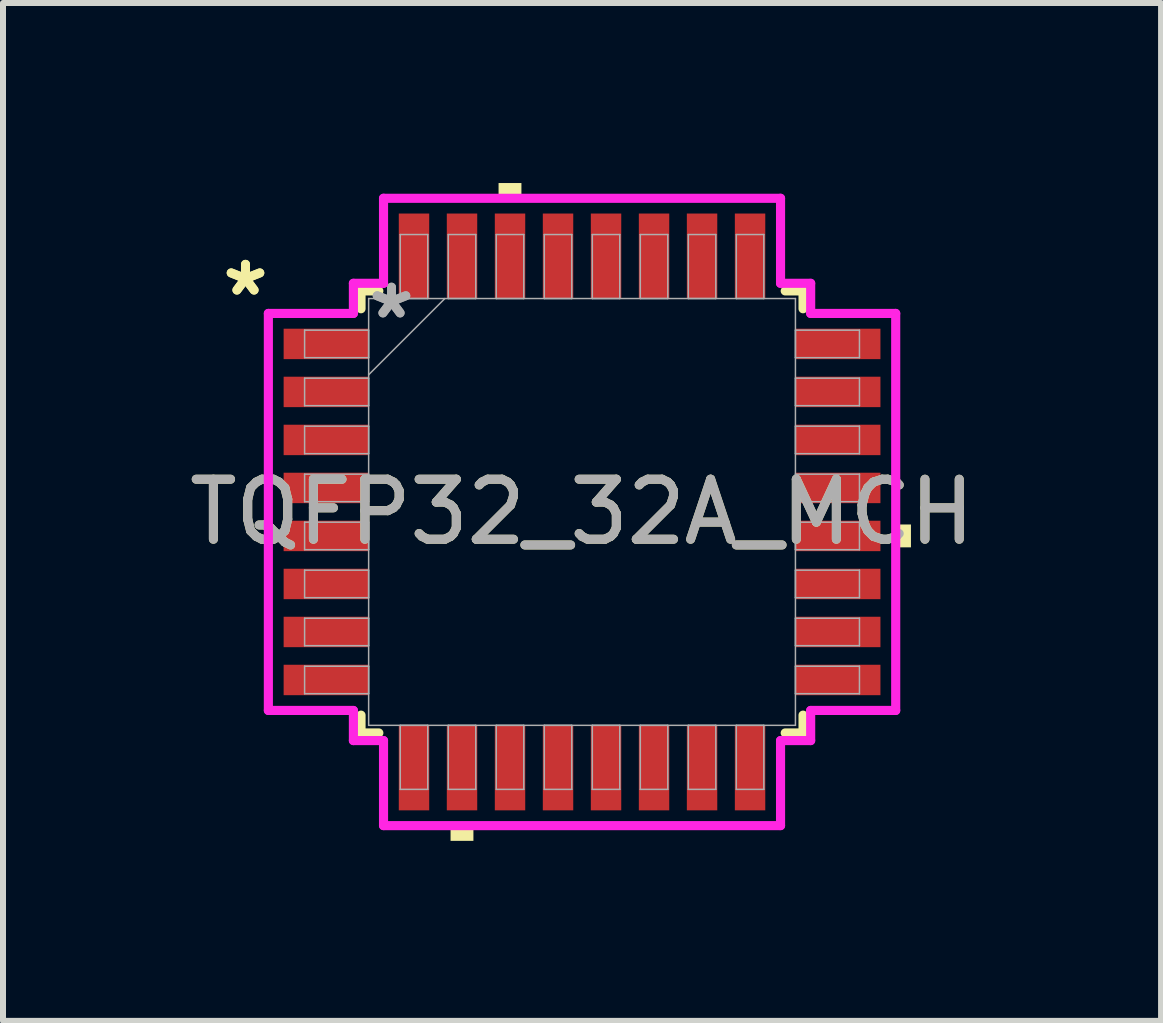
<source format=kicad_pcb>
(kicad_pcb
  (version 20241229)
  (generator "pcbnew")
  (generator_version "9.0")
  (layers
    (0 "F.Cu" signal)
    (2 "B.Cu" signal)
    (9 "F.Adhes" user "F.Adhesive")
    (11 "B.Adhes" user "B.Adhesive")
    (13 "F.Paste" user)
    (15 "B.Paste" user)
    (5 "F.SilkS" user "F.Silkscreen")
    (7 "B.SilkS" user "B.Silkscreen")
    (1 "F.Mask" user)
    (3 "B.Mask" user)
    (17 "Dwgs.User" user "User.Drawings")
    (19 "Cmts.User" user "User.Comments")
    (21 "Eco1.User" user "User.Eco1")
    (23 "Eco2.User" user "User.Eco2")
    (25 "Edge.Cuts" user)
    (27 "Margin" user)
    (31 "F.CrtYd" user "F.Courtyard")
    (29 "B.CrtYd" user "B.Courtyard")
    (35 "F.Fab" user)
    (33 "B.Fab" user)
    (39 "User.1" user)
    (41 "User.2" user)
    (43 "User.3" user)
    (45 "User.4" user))
  (footprint "TQFP32_32A_MCH"
    (layer "F.Cu")
    (at 6.649 5.481)
    (property "Reference" "TQFP32_32A_MCH" (at 0 0 0) (unlocked yes) (layer "F.SilkS") (effects (font (size 1 1) (thickness 0.15))))
    (attr smd)
    (fp_line (start -3.683 -3.683) (end -3.683 -3.386) (stroke (width 0.152) (type solid)) (layer "F.SilkS"))
    (fp_line (start -3.683 3.386) (end -3.683 3.683) (stroke (width 0.152) (type solid)) (layer "F.SilkS"))
    (fp_line (start -3.683 3.683) (end -3.386 3.683) (stroke (width 0.152) (type solid)) (layer "F.SilkS"))
    (fp_line (start -3.386 -3.683) (end -3.683 -3.683) (stroke (width 0.152) (type solid)) (layer "F.SilkS"))
    (fp_line (start 3.386 3.683) (end 3.683 3.683) (stroke (width 0.152) (type solid)) (layer "F.SilkS"))
    (fp_line (start 3.683 -3.683) (end 3.386 -3.683) (stroke (width 0.152) (type solid)) (layer "F.SilkS"))
    (fp_line (start 3.683 -3.386) (end 3.683 -3.683) (stroke (width 0.152) (type solid)) (layer "F.SilkS"))
    (fp_line (start 3.683 3.683) (end 3.683 3.386) (stroke (width 0.152) (type solid)) (layer "F.SilkS"))
    (fp_poly (pts (xy -2.191 5.227) (xy -2.191 5.481) (xy -1.81 5.481) (xy -1.81 5.227)) (stroke (width 0) (type solid)) (fill yes) (layer "F.SilkS"))
    (fp_poly (pts (xy -1.391 -5.227) (xy -1.391 -5.481) (xy -1.01 -5.481) (xy -1.01 -5.227)) (stroke (width 0) (type solid)) (fill yes) (layer "F.SilkS"))
    (fp_poly (pts (xy 5.481 0.209) (xy 5.481 0.59) (xy 5.227 0.59) (xy 5.227 0.209)) (stroke (width 0) (type solid)) (fill yes) (layer "F.SilkS"))
    (fp_line (start -5.227 -3.308) (end -3.81 -3.308) (stroke (width 0.152) (type solid)) (layer "F.CrtYd"))
    (fp_line (start -5.227 3.308) (end -5.227 -3.308) (stroke (width 0.152) (type solid)) (layer "F.CrtYd"))
    (fp_line (start -3.81 -3.81) (end -3.308 -3.81) (stroke (width 0.152) (type solid)) (layer "F.CrtYd"))
    (fp_line (start -3.81 -3.308) (end -3.81 -3.81) (stroke (width 0.152) (type solid)) (layer "F.CrtYd"))
    (fp_line (start -3.81 3.308) (end -5.227 3.308) (stroke (width 0.152) (type solid)) (layer "F.CrtYd"))
    (fp_line (start -3.81 3.81) (end -3.81 3.308) (stroke (width 0.152) (type solid)) (layer "F.CrtYd"))
    (fp_line (start -3.81 3.81) (end -3.308 3.81) (stroke (width 0.152) (type solid)) (layer "F.CrtYd"))
    (fp_line (start -3.308 -5.227) (end 3.308 -5.227) (stroke (width 0.152) (type solid)) (layer "F.CrtYd"))
    (fp_line (start -3.308 -3.81) (end -3.308 -5.227) (stroke (width 0.152) (type solid)) (layer "F.CrtYd"))
    (fp_line (start -3.308 3.81) (end -3.308 5.227) (stroke (width 0.152) (type solid)) (layer "F.CrtYd"))
    (fp_line (start -3.308 5.227) (end 3.308 5.227) (stroke (width 0.152) (type solid)) (layer "F.CrtYd"))
    (fp_line (start 3.308 -5.227) (end 3.308 -3.81) (stroke (width 0.152) (type solid)) (layer "F.CrtYd"))
    (fp_line (start 3.308 -3.81) (end 3.81 -3.81) (stroke (width 0.152) (type solid)) (layer "F.CrtYd"))
    (fp_line (start 3.308 3.81) (end 3.81 3.81) (stroke (width 0.152) (type solid)) (layer "F.CrtYd"))
    (fp_line (start 3.308 5.227) (end 3.308 3.81) (stroke (width 0.152) (type solid)) (layer "F.CrtYd"))
    (fp_line (start 3.81 -3.308) (end 3.81 -3.81) (stroke (width 0.152) (type solid)) (layer "F.CrtYd"))
    (fp_line (start 3.81 3.308) (end 5.227 3.308) (stroke (width 0.152) (type solid)) (layer "F.CrtYd"))
    (fp_line (start 3.81 3.81) (end 3.81 3.308) (stroke (width 0.152) (type solid)) (layer "F.CrtYd"))
    (fp_line (start 5.227 -3.308) (end 3.81 -3.308) (stroke (width 0.152) (type solid)) (layer "F.CrtYd"))
    (fp_line (start 5.227 3.308) (end 5.227 -3.308) (stroke (width 0.152) (type solid)) (layer "F.CrtYd"))
    (fp_line (start -4.623 -3.029) (end -4.623 -2.571) (stroke (width 0.025) (type solid)) (layer "F.Fab"))
    (fp_line (start -4.623 -2.571) (end -3.556 -2.571) (stroke (width 0.025) (type solid)) (layer "F.Fab"))
    (fp_line (start -4.623 -2.229) (end -4.623 -1.771) (stroke (width 0.025) (type solid)) (layer "F.Fab"))
    (fp_line (start -4.623 -1.771) (end -3.556 -1.771) (stroke (width 0.025) (type solid)) (layer "F.Fab"))
    (fp_line (start -4.623 -1.429) (end -4.623 -0.971) (stroke (width 0.025) (type solid)) (layer "F.Fab"))
    (fp_line (start -4.623 -0.971) (end -3.556 -0.971) (stroke (width 0.025) (type solid)) (layer "F.Fab"))
    (fp_line (start -4.623 -0.629) (end -4.623 -0.171) (stroke (width 0.025) (type solid)) (layer "F.Fab"))
    (fp_line (start -4.623 -0.171) (end -3.556 -0.171) (stroke (width 0.025) (type solid)) (layer "F.Fab"))
    (fp_line (start -4.623 0.171) (end -4.623 0.629) (stroke (width 0.025) (type solid)) (layer "F.Fab"))
    (fp_line (start -4.623 0.629) (end -3.556 0.629) (stroke (width 0.025) (type solid)) (layer "F.Fab"))
    (fp_line (start -4.623 0.971) (end -4.623 1.429) (stroke (width 0.025) (type solid)) (layer "F.Fab"))
    (fp_line (start -4.623 1.429) (end -3.556 1.429) (stroke (width 0.025) (type solid)) (layer "F.Fab"))
    (fp_line (start -4.623 1.771) (end -4.623 2.229) (stroke (width 0.025) (type solid)) (layer "F.Fab"))
    (fp_line (start -4.623 2.229) (end -3.556 2.229) (stroke (width 0.025) (type solid)) (layer "F.Fab"))
    (fp_line (start -4.623 2.571) (end -4.623 3.029) (stroke (width 0.025) (type solid)) (layer "F.Fab"))
    (fp_line (start -4.623 3.029) (end -3.556 3.029) (stroke (width 0.025) (type solid)) (layer "F.Fab"))
    (fp_line (start -3.556 -3.556) (end -3.556 3.556) (stroke (width 0.025) (type solid)) (layer "F.Fab"))
    (fp_line (start -3.556 -3.029) (end -4.623 -3.029) (stroke (width 0.025) (type solid)) (layer "F.Fab"))
    (fp_line (start -3.556 -2.571) (end -3.556 -3.029) (stroke (width 0.025) (type solid)) (layer "F.Fab"))
    (fp_line (start -3.556 -2.286) (end -2.286 -3.556) (stroke (width 0.025) (type solid)) (layer "F.Fab"))
    (fp_line (start -3.556 -2.229) (end -4.623 -2.229) (stroke (width 0.025) (type solid)) (layer "F.Fab"))
    (fp_line (start -3.556 -1.771) (end -3.556 -2.229) (stroke (width 0.025) (type solid)) (layer "F.Fab"))
    (fp_line (start -3.556 -1.429) (end -4.623 -1.429) (stroke (width 0.025) (type solid)) (layer "F.Fab"))
    (fp_line (start -3.556 -0.971) (end -3.556 -1.429) (stroke (width 0.025) (type solid)) (layer "F.Fab"))
    (fp_line (start -3.556 -0.629) (end -4.623 -0.629) (stroke (width 0.025) (type solid)) (layer "F.Fab"))
    (fp_line (start -3.556 -0.171) (end -3.556 -0.629) (stroke (width 0.025) (type solid)) (layer "F.Fab"))
    (fp_line (start -3.556 0.171) (end -4.623 0.171) (stroke (width 0.025) (type solid)) (layer "F.Fab"))
    (fp_line (start -3.556 0.629) (end -3.556 0.171) (stroke (width 0.025) (type solid)) (layer "F.Fab"))
    (fp_line (start -3.556 0.971) (end -4.623 0.971) (stroke (width 0.025) (type solid)) (layer "F.Fab"))
    (fp_line (start -3.556 1.429) (end -3.556 0.971) (stroke (width 0.025) (type solid)) (layer "F.Fab"))
    (fp_line (start -3.556 1.771) (end -4.623 1.771) (stroke (width 0.025) (type solid)) (layer "F.Fab"))
    (fp_line (start -3.556 2.229) (end -3.556 1.771) (stroke (width 0.025) (type solid)) (layer "F.Fab"))
    (fp_line (start -3.556 2.571) (end -4.623 2.571) (stroke (width 0.025) (type solid)) (layer "F.Fab"))
    (fp_line (start -3.556 3.029) (end -3.556 2.571) (stroke (width 0.025) (type solid)) (layer "F.Fab"))
    (fp_line (start -3.556 3.556) (end 3.556 3.556) (stroke (width 0.025) (type solid)) (layer "F.Fab"))
    (fp_line (start -3.029 -4.623) (end -3.029 -3.556) (stroke (width 0.025) (type solid)) (layer "F.Fab"))
    (fp_line (start -3.029 -3.556) (end -2.571 -3.556) (stroke (width 0.025) (type solid)) (layer "F.Fab"))
    (fp_line (start -3.029 3.556) (end -3.029 4.623) (stroke (width 0.025) (type solid)) (layer "F.Fab"))
    (fp_line (start -3.029 4.623) (end -2.571 4.623) (stroke (width 0.025) (type solid)) (layer "F.Fab"))
    (fp_line (start -2.571 -4.623) (end -3.029 -4.623) (stroke (width 0.025) (type solid)) (layer "F.Fab"))
    (fp_line (start -2.571 -3.556) (end -2.571 -4.623) (stroke (width 0.025) (type solid)) (layer "F.Fab"))
    (fp_line (start -2.571 3.556) (end -3.029 3.556) (stroke (width 0.025) (type solid)) (layer "F.Fab"))
    (fp_line (start -2.571 4.623) (end -2.571 3.556) (stroke (width 0.025) (type solid)) (layer "F.Fab"))
    (fp_line (start -2.229 -4.623) (end -2.229 -3.556) (stroke (width 0.025) (type solid)) (layer "F.Fab"))
    (fp_line (start -2.229 -3.556) (end -1.771 -3.556) (stroke (width 0.025) (type solid)) (layer "F.Fab"))
    (fp_line (start -2.229 3.556) (end -2.229 4.623) (stroke (width 0.025) (type solid)) (layer "F.Fab"))
    (fp_line (start -2.229 4.623) (end -1.771 4.623) (stroke (width 0.025) (type solid)) (layer "F.Fab"))
    (fp_line (start -1.771 -4.623) (end -2.229 -4.623) (stroke (width 0.025) (type solid)) (layer "F.Fab"))
    (fp_line (start -1.771 -3.556) (end -1.771 -4.623) (stroke (width 0.025) (type solid)) (layer "F.Fab"))
    (fp_line (start -1.771 3.556) (end -2.229 3.556) (stroke (width 0.025) (type solid)) (layer "F.Fab"))
    (fp_line (start -1.771 4.623) (end -1.771 3.556) (stroke (width 0.025) (type solid)) (layer "F.Fab"))
    (fp_line (start -1.429 -4.623) (end -1.429 -3.556) (stroke (width 0.025) (type solid)) (layer "F.Fab"))
    (fp_line (start -1.429 -3.556) (end -0.971 -3.556) (stroke (width 0.025) (type solid)) (layer "F.Fab"))
    (fp_line (start -1.429 3.556) (end -1.429 4.623) (stroke (width 0.025) (type solid)) (layer "F.Fab"))
    (fp_line (start -1.429 4.623) (end -0.971 4.623) (stroke (width 0.025) (type solid)) (layer "F.Fab"))
    (fp_line (start -0.971 -4.623) (end -1.429 -4.623) (stroke (width 0.025) (type solid)) (layer "F.Fab"))
    (fp_line (start -0.971 -3.556) (end -0.971 -4.623) (stroke (width 0.025) (type solid)) (layer "F.Fab"))
    (fp_line (start -0.971 3.556) (end -1.429 3.556) (stroke (width 0.025) (type solid)) (layer "F.Fab"))
    (fp_line (start -0.971 4.623) (end -0.971 3.556) (stroke (width 0.025) (type solid)) (layer "F.Fab"))
    (fp_line (start -0.629 -4.623) (end -0.629 -3.556) (stroke (width 0.025) (type solid)) (layer "F.Fab"))
    (fp_line (start -0.629 -3.556) (end -0.171 -3.556) (stroke (width 0.025) (type solid)) (layer "F.Fab"))
    (fp_line (start -0.629 3.556) (end -0.629 4.623) (stroke (width 0.025) (type solid)) (layer "F.Fab"))
    (fp_line (start -0.629 4.623) (end -0.171 4.623) (stroke (width 0.025) (type solid)) (layer "F.Fab"))
    (fp_line (start -0.171 -4.623) (end -0.629 -4.623) (stroke (width 0.025) (type solid)) (layer "F.Fab"))
    (fp_line (start -0.171 -3.556) (end -0.171 -4.623) (stroke (width 0.025) (type solid)) (layer "F.Fab"))
    (fp_line (start -0.171 3.556) (end -0.629 3.556) (stroke (width 0.025) (type solid)) (layer "F.Fab"))
    (fp_line (start -0.171 4.623) (end -0.171 3.556) (stroke (width 0.025) (type solid)) (layer "F.Fab"))
    (fp_line (start 0.171 -4.623) (end 0.171 -3.556) (stroke (width 0.025) (type solid)) (layer "F.Fab"))
    (fp_line (start 0.171 -3.556) (end 0.629 -3.556) (stroke (width 0.025) (type solid)) (layer "F.Fab"))
    (fp_line (start 0.171 3.556) (end 0.171 4.623) (stroke (width 0.025) (type solid)) (layer "F.Fab"))
    (fp_line (start 0.171 4.623) (end 0.629 4.623) (stroke (width 0.025) (type solid)) (layer "F.Fab"))
    (fp_line (start 0.629 -4.623) (end 0.171 -4.623) (stroke (width 0.025) (type solid)) (layer "F.Fab"))
    (fp_line (start 0.629 -3.556) (end 0.629 -4.623) (stroke (width 0.025) (type solid)) (layer "F.Fab"))
    (fp_line (start 0.629 3.556) (end 0.171 3.556) (stroke (width 0.025) (type solid)) (layer "F.Fab"))
    (fp_line (start 0.629 4.623) (end 0.629 3.556) (stroke (width 0.025) (type solid)) (layer "F.Fab"))
    (fp_line (start 0.971 -4.623) (end 0.971 -3.556) (stroke (width 0.025) (type solid)) (layer "F.Fab"))
    (fp_line (start 0.971 -3.556) (end 1.429 -3.556) (stroke (width 0.025) (type solid)) (layer "F.Fab"))
    (fp_line (start 0.971 3.556) (end 0.971 4.623) (stroke (width 0.025) (type solid)) (layer "F.Fab"))
    (fp_line (start 0.971 4.623) (end 1.429 4.623) (stroke (width 0.025) (type solid)) (layer "F.Fab"))
    (fp_line (start 1.429 -4.623) (end 0.971 -4.623) (stroke (width 0.025) (type solid)) (layer "F.Fab"))
    (fp_line (start 1.429 -3.556) (end 1.429 -4.623) (stroke (width 0.025) (type solid)) (layer "F.Fab"))
    (fp_line (start 1.429 3.556) (end 0.971 3.556) (stroke (width 0.025) (type solid)) (layer "F.Fab"))
    (fp_line (start 1.429 4.623) (end 1.429 3.556) (stroke (width 0.025) (type solid)) (layer "F.Fab"))
    (fp_line (start 1.771 -4.623) (end 1.771 -3.556) (stroke (width 0.025) (type solid)) (layer "F.Fab"))
    (fp_line (start 1.771 -3.556) (end 2.229 -3.556) (stroke (width 0.025) (type solid)) (layer "F.Fab"))
    (fp_line (start 1.771 3.556) (end 1.771 4.623) (stroke (width 0.025) (type solid)) (layer "F.Fab"))
    (fp_line (start 1.771 4.623) (end 2.229 4.623) (stroke (width 0.025) (type solid)) (layer "F.Fab"))
    (fp_line (start 2.229 -4.623) (end 1.771 -4.623) (stroke (width 0.025) (type solid)) (layer "F.Fab"))
    (fp_line (start 2.229 -3.556) (end 2.229 -4.623) (stroke (width 0.025) (type solid)) (layer "F.Fab"))
    (fp_line (start 2.229 3.556) (end 1.771 3.556) (stroke (width 0.025) (type solid)) (layer "F.Fab"))
    (fp_line (start 2.229 4.623) (end 2.229 3.556) (stroke (width 0.025) (type solid)) (layer "F.Fab"))
    (fp_line (start 2.571 -4.623) (end 2.571 -3.556) (stroke (width 0.025) (type solid)) (layer "F.Fab"))
    (fp_line (start 2.571 -3.556) (end 3.029 -3.556) (stroke (width 0.025) (type solid)) (layer "F.Fab"))
    (fp_line (start 2.571 3.556) (end 2.571 4.623) (stroke (width 0.025) (type solid)) (layer "F.Fab"))
    (fp_line (start 2.571 4.623) (end 3.029 4.623) (stroke (width 0.025) (type solid)) (layer "F.Fab"))
    (fp_line (start 3.029 -4.623) (end 2.571 -4.623) (stroke (width 0.025) (type solid)) (layer "F.Fab"))
    (fp_line (start 3.029 -3.556) (end 3.029 -4.623) (stroke (width 0.025) (type solid)) (layer "F.Fab"))
    (fp_line (start 3.029 3.556) (end 2.571 3.556) (stroke (width 0.025) (type solid)) (layer "F.Fab"))
    (fp_line (start 3.029 4.623) (end 3.029 3.556) (stroke (width 0.025) (type solid)) (layer "F.Fab"))
    (fp_line (start 3.556 -3.556) (end -3.556 -3.556) (stroke (width 0.025) (type solid)) (layer "F.Fab"))
    (fp_line (start 3.556 -3.029) (end 3.556 -2.571) (stroke (width 0.025) (type solid)) (layer "F.Fab"))
    (fp_line (start 3.556 -2.571) (end 4.623 -2.571) (stroke (width 0.025) (type solid)) (layer "F.Fab"))
    (fp_line (start 3.556 -2.229) (end 3.556 -1.771) (stroke (width 0.025) (type solid)) (layer "F.Fab"))
    (fp_line (start 3.556 -1.771) (end 4.623 -1.771) (stroke (width 0.025) (type solid)) (layer "F.Fab"))
    (fp_line (start 3.556 -1.429) (end 3.556 -0.971) (stroke (width 0.025) (type solid)) (layer "F.Fab"))
    (fp_line (start 3.556 -0.971) (end 4.623 -0.971) (stroke (width 0.025) (type solid)) (layer "F.Fab"))
    (fp_line (start 3.556 -0.629) (end 3.556 -0.171) (stroke (width 0.025) (type solid)) (layer "F.Fab"))
    (fp_line (start 3.556 -0.171) (end 4.623 -0.171) (stroke (width 0.025) (type solid)) (layer "F.Fab"))
    (fp_line (start 3.556 0.171) (end 3.556 0.629) (stroke (width 0.025) (type solid)) (layer "F.Fab"))
    (fp_line (start 3.556 0.629) (end 4.623 0.629) (stroke (width 0.025) (type solid)) (layer "F.Fab"))
    (fp_line (start 3.556 0.971) (end 3.556 1.429) (stroke (width 0.025) (type solid)) (layer "F.Fab"))
    (fp_line (start 3.556 1.429) (end 4.623 1.429) (stroke (width 0.025) (type solid)) (layer "F.Fab"))
    (fp_line (start 3.556 1.771) (end 3.556 2.229) (stroke (width 0.025) (type solid)) (layer "F.Fab"))
    (fp_line (start 3.556 2.229) (end 4.623 2.229) (stroke (width 0.025) (type solid)) (layer "F.Fab"))
    (fp_line (start 3.556 2.571) (end 3.556 3.029) (stroke (width 0.025) (type solid)) (layer "F.Fab"))
    (fp_line (start 3.556 3.029) (end 4.623 3.029) (stroke (width 0.025) (type solid)) (layer "F.Fab"))
    (fp_line (start 3.556 3.556) (end 3.556 -3.556) (stroke (width 0.025) (type solid)) (layer "F.Fab"))
    (fp_line (start 4.623 -3.029) (end 3.556 -3.029) (stroke (width 0.025) (type solid)) (layer "F.Fab"))
    (fp_line (start 4.623 -2.571) (end 4.623 -3.029) (stroke (width 0.025) (type solid)) (layer "F.Fab"))
    (fp_line (start 4.623 -2.229) (end 3.556 -2.229) (stroke (width 0.025) (type solid)) (layer "F.Fab"))
    (fp_line (start 4.623 -1.771) (end 4.623 -2.229) (stroke (width 0.025) (type solid)) (layer "F.Fab"))
    (fp_line (start 4.623 -1.429) (end 3.556 -1.429) (stroke (width 0.025) (type solid)) (layer "F.Fab"))
    (fp_line (start 4.623 -0.971) (end 4.623 -1.429) (stroke (width 0.025) (type solid)) (layer "F.Fab"))
    (fp_line (start 4.623 -0.629) (end 3.556 -0.629) (stroke (width 0.025) (type solid)) (layer "F.Fab"))
    (fp_line (start 4.623 -0.171) (end 4.623 -0.629) (stroke (width 0.025) (type solid)) (layer "F.Fab"))
    (fp_line (start 4.623 0.171) (end 3.556 0.171) (stroke (width 0.025) (type solid)) (layer "F.Fab"))
    (fp_line (start 4.623 0.629) (end 4.623 0.171) (stroke (width 0.025) (type solid)) (layer "F.Fab"))
    (fp_line (start 4.623 0.971) (end 3.556 0.971) (stroke (width 0.025) (type solid)) (layer "F.Fab"))
    (fp_line (start 4.623 1.429) (end 4.623 0.971) (stroke (width 0.025) (type solid)) (layer "F.Fab"))
    (fp_line (start 4.623 1.771) (end 3.556 1.771) (stroke (width 0.025) (type solid)) (layer "F.Fab"))
    (fp_line (start 4.623 2.229) (end 4.623 1.771) (stroke (width 0.025) (type solid)) (layer "F.Fab"))
    (fp_line (start 4.623 2.571) (end 3.556 2.571) (stroke (width 0.025) (type solid)) (layer "F.Fab"))
    (fp_line (start 4.623 3.029) (end 4.623 2.571) (stroke (width 0.025) (type solid)) (layer "F.Fab"))
    (fp_text user "*" (at -5.608 -3.581 0) (layer "F.SilkS") (effects (font (size 1 1) (thickness 0.15))))
    (fp_text user "*" (at -5.608 -3.581 0) (unlocked yes) (layer "F.SilkS") (effects (font (size 1 1) (thickness 0.15))))
    (fp_text user "*" (at -3.175 -3.2 0) (unlocked yes) (layer "F.Fab") (effects (font (size 1 1) (thickness 0.15))))
    (fp_text user "${REFERENCE}" (at 0 0 0) (unlocked yes) (layer "F.Fab") (effects (font (size 1 1) (thickness 0.15))))
    (fp_text user "*" (at -3.175 -3.2 0) (layer "F.Fab") (effects (font (size 1 1) (thickness 0.15))))
    (pad "1" smd rect (at -4.264 -2.8 90) (size 0.507 1.417) (layers "F.Cu" "F.Mask" "F.Paste"))
    (pad "2" smd rect (at -4.264 -2 90) (size 0.507 1.417) (layers "F.Cu" "F.Mask" "F.Paste"))
    (pad "3" smd rect (at -4.264 -1.2 90) (size 0.507 1.417) (layers "F.Cu" "F.Mask" "F.Paste"))
    (pad "4" smd rect (at -4.264 -0.4 90) (size 0.507 1.417) (layers "F.Cu" "F.Mask" "F.Paste"))
    (pad "5" smd rect (at -4.264 0.4 90) (size 0.507 1.417) (layers "F.Cu" "F.Mask" "F.Paste"))
    (pad "6" smd rect (at -4.264 1.2 90) (size 0.507 1.417) (layers "F.Cu" "F.Mask" "F.Paste"))
    (pad "7" smd rect (at -4.264 2 90) (size 0.507 1.417) (layers "F.Cu" "F.Mask" "F.Paste"))
    (pad "8" smd rect (at -4.264 2.8 90) (size 0.507 1.417) (layers "F.Cu" "F.Mask" "F.Paste"))
    (pad "9" smd rect (at -2.8 4.264) (size 0.507 1.417) (layers "F.Cu" "F.Mask" "F.Paste"))
    (pad "10" smd rect (at -2 4.264) (size 0.507 1.417) (layers "F.Cu" "F.Mask" "F.Paste"))
    (pad "11" smd rect (at -1.2 4.264) (size 0.507 1.417) (layers "F.Cu" "F.Mask" "F.Paste"))
    (pad "12" smd rect (at -0.4 4.264) (size 0.507 1.417) (layers "F.Cu" "F.Mask" "F.Paste"))
    (pad "13" smd rect (at 0.4 4.264) (size 0.507 1.417) (layers "F.Cu" "F.Mask" "F.Paste"))
    (pad "14" smd rect (at 1.2 4.264) (size 0.507 1.417) (layers "F.Cu" "F.Mask" "F.Paste"))
    (pad "15" smd rect (at 2 4.264) (size 0.507 1.417) (layers "F.Cu" "F.Mask" "F.Paste"))
    (pad "16" smd rect (at 2.8 4.264) (size 0.507 1.417) (layers "F.Cu" "F.Mask" "F.Paste"))
    (pad "17" smd rect (at 4.264 2.8 90) (size 0.507 1.417) (layers "F.Cu" "F.Mask" "F.Paste"))
    (pad "18" smd rect (at 4.264 2 90) (size 0.507 1.417) (layers "F.Cu" "F.Mask" "F.Paste"))
    (pad "19" smd rect (at 4.264 1.2 90) (size 0.507 1.417) (layers "F.Cu" "F.Mask" "F.Paste"))
    (pad "20" smd rect (at 4.264 0.4 90) (size 0.507 1.417) (layers "F.Cu" "F.Mask" "F.Paste"))
    (pad "21" smd rect (at 4.264 -0.4 90) (size 0.507 1.417) (layers "F.Cu" "F.Mask" "F.Paste"))
    (pad "22" smd rect (at 4.264 -1.2 90) (size 0.507 1.417) (layers "F.Cu" "F.Mask" "F.Paste"))
    (pad "23" smd rect (at 4.264 -2 90) (size 0.507 1.417) (layers "F.Cu" "F.Mask" "F.Paste"))
    (pad "24" smd rect (at 4.264 -2.8 90) (size 0.507 1.417) (layers "F.Cu" "F.Mask" "F.Paste"))
    (pad "25" smd rect (at 2.8 -4.264) (size 0.507 1.417) (layers "F.Cu" "F.Mask" "F.Paste"))
    (pad "26" smd rect (at 2 -4.264) (size 0.507 1.417) (layers "F.Cu" "F.Mask" "F.Paste"))
    (pad "27" smd rect (at 1.2 -4.264) (size 0.507 1.417) (layers "F.Cu" "F.Mask" "F.Paste"))
    (pad "28" smd rect (at 0.4 -4.264) (size 0.507 1.417) (layers "F.Cu" "F.Mask" "F.Paste"))
    (pad "29" smd rect (at -0.4 -4.264) (size 0.507 1.417) (layers "F.Cu" "F.Mask" "F.Paste"))
    (pad "30" smd rect (at -1.2 -4.264) (size 0.507 1.417) (layers "F.Cu" "F.Mask" "F.Paste"))
    (pad "31" smd rect (at -2 -4.264) (size 0.507 1.417) (layers "F.Cu" "F.Mask" "F.Paste"))
    (pad "32" smd rect (at -2.8 -4.264) (size 0.507 1.417) (layers "F.Cu" "F.Mask" "F.Paste")))
  (gr_rect
    (start -3 -3)
    (end 16.298 13.962)
    (stroke (width 0.1) (type default))
    (fill no)
    (layer "Edge.Cuts")))
</source>
